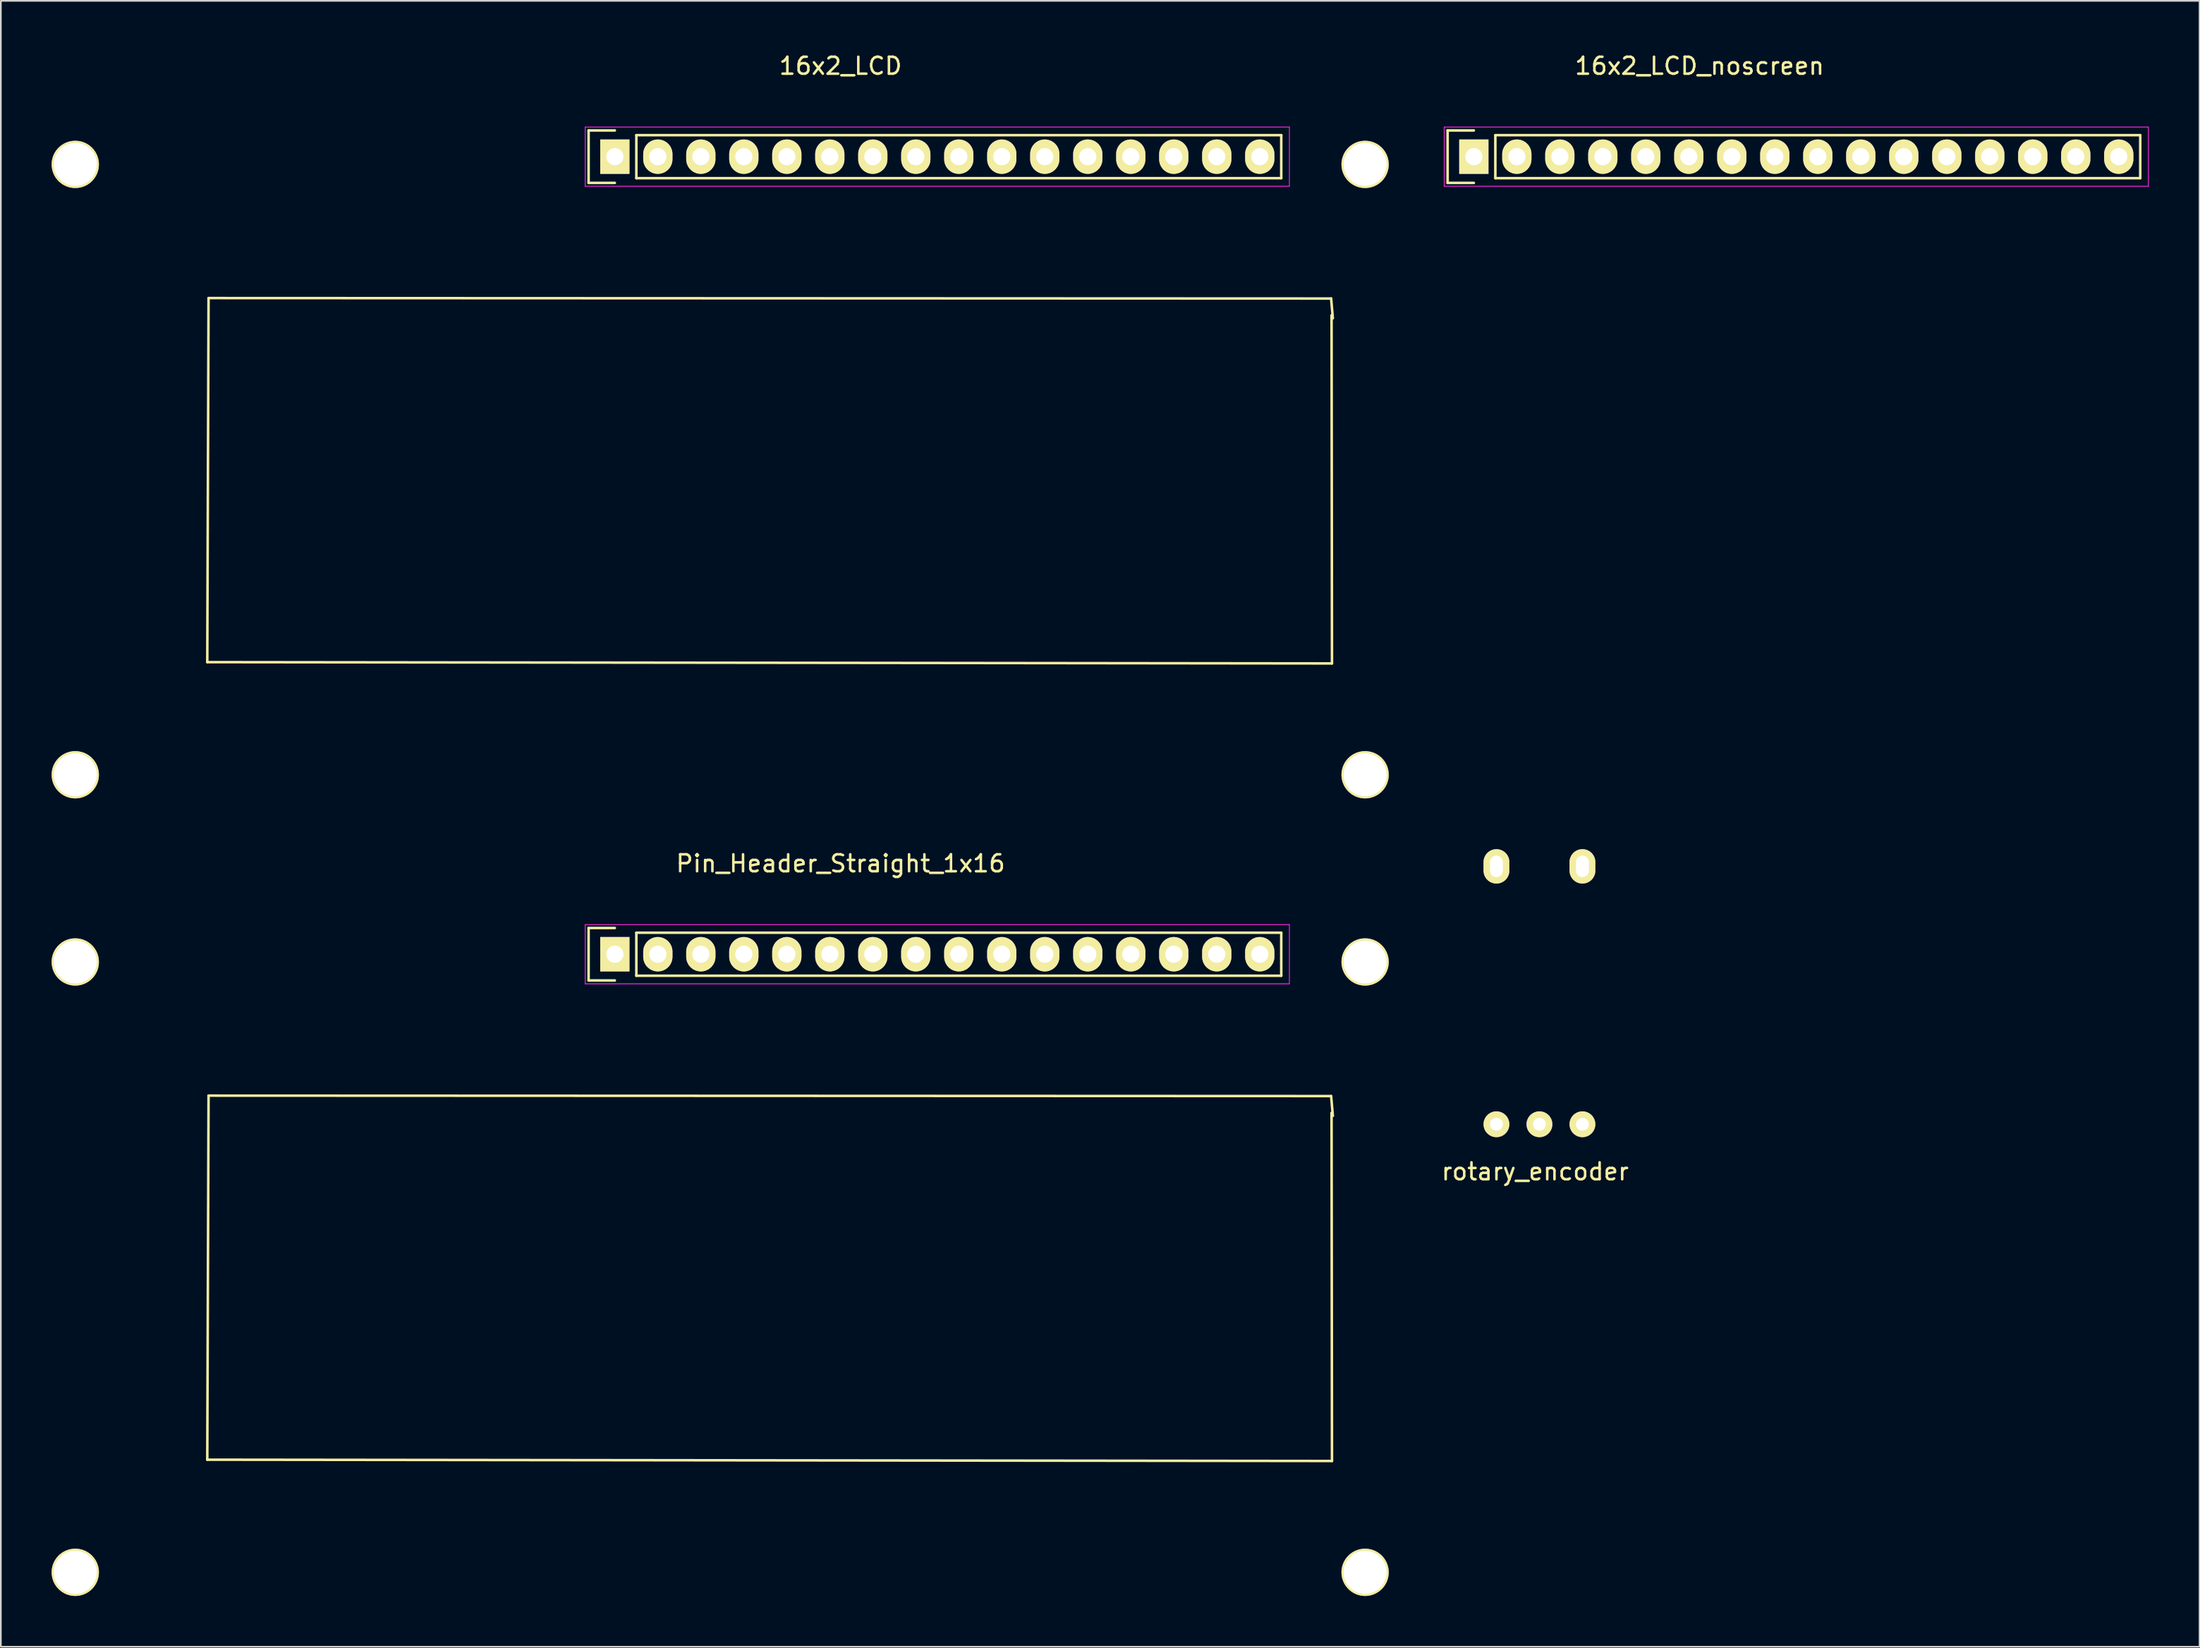
<source format=kicad_pcb>
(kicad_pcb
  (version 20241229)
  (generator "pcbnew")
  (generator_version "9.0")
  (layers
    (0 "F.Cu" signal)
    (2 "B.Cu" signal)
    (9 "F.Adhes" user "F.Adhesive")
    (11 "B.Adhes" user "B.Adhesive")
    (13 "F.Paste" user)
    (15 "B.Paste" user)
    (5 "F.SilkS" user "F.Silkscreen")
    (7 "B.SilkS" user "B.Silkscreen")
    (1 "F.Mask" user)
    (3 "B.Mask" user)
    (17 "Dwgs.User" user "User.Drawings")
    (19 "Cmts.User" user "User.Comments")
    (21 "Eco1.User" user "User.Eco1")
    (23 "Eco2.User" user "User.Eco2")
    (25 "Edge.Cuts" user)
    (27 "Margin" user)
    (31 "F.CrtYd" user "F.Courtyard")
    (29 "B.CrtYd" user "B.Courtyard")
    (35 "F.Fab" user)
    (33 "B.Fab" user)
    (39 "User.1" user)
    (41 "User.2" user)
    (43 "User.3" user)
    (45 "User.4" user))
  (footprint "rotary_encoder"
    (layer "F.Cu")
    (at 85.357 48.146)
    (property "Reference" "rotary_encoder" (at 2.286 18.034 0) (layer "F.SilkS") (effects (font (size 1 1) (thickness 0.15))))
    (attr through_hole)
    (pad "1" thru_hole circle (at 0 15.24) (size 1.524 1.524) (drill 0.762) (layers "*.Cu" "*.Mask" "F.SilkS"))
    (pad "2" thru_hole circle (at 2.54 15.24) (size 1.524 1.524) (drill 0.762) (layers "*.Cu" "*.Mask" "F.SilkS"))
    (pad "3" thru_hole circle (at 5.08 15.24) (size 1.524 1.524) (drill 0.762) (layers "*.Cu" "*.Mask" "F.SilkS"))
    (pad "4" thru_hole oval (at 0 0) (size 1.524 2.032) (drill oval 0.762 1.27) (layers "*.Cu" "*.Mask" "F.SilkS"))
    (pad "5" thru_hole oval (at 5.08 0) (size 1.524 2.032) (drill oval 0.762 1.27) (layers "*.Cu" "*.Mask" "F.SilkS")))
  (footprint "16x2_LCD_noscreen"
    (layer "F.Cu")
    (at 82.244 7.935)
    (property "Reference" "16x2_LCD_noscreen" (at 15.113 -7.087 0) (layer "F.SilkS") (effects (font (size 1 1) (thickness 0.15))))
    (attr through_hole)
    (fp_line (start 0.228 -3.277) (end 1.778 -3.277) (stroke (width 0.15) (type solid)) (layer "F.SilkS"))
    (fp_line (start 0.228 -0.177) (end 0.228 -3.277) (stroke (width 0.15) (type solid)) (layer "F.SilkS"))
    (fp_line (start 1.778 -0.177) (end 0.228 -0.177) (stroke (width 0.15) (type solid)) (layer "F.SilkS"))
    (fp_line (start 3.048 -2.997) (end 3.048 -0.457) (stroke (width 0.15) (type solid)) (layer "F.SilkS"))
    (fp_line (start 3.048 -0.457) (end 41.148 -0.457) (stroke (width 0.15) (type solid)) (layer "F.SilkS"))
    (fp_line (start 41.148 -2.997) (end 3.048 -2.997) (stroke (width 0.15) (type solid)) (layer "F.SilkS"))
    (fp_line (start 41.148 -0.457) (end 41.148 -2.997) (stroke (width 0.15) (type solid)) (layer "F.SilkS"))
    (fp_line (start 0.028 -3.477) (end 41.628 -3.477) (stroke (width 0.05) (type solid)) (layer "F.CrtYd"))
    (fp_line (start 0.028 0.023) (end 0.028 -3.477) (stroke (width 0.05) (type solid)) (layer "F.CrtYd"))
    (fp_line (start 0.028 0.023) (end 41.628 0.023) (stroke (width 0.05) (type solid)) (layer "F.CrtYd"))
    (fp_line (start 41.628 0.023) (end 41.628 -3.477) (stroke (width 0.05) (type solid)) (layer "F.CrtYd"))
    (pad "1" thru_hole rect (at 1.778 -1.727 90) (size 2.032 1.727) (drill 1.016) (layers "*.Cu" "*.Mask" "F.SilkS"))
    (pad "2" thru_hole oval (at 4.318 -1.727 90) (size 2.032 1.727) (drill 1.016) (layers "*.Cu" "*.Mask" "F.SilkS"))
    (pad "3" thru_hole oval (at 6.858 -1.727 90) (size 2.032 1.727) (drill 1.016) (layers "*.Cu" "*.Mask" "F.SilkS"))
    (pad "4" thru_hole oval (at 9.398 -1.727 90) (size 2.032 1.727) (drill 1.016) (layers "*.Cu" "*.Mask" "F.SilkS"))
    (pad "5" thru_hole oval (at 11.938 -1.727 90) (size 2.032 1.727) (drill 1.016) (layers "*.Cu" "*.Mask" "F.SilkS"))
    (pad "6" thru_hole oval (at 14.478 -1.727 90) (size 2.032 1.727) (drill 1.016) (layers "*.Cu" "*.Mask" "F.SilkS"))
    (pad "7" thru_hole oval (at 17.018 -1.727 90) (size 2.032 1.727) (drill 1.016) (layers "*.Cu" "*.Mask" "F.SilkS"))
    (pad "8" thru_hole oval (at 19.558 -1.727 90) (size 2.032 1.727) (drill 1.016) (layers "*.Cu" "*.Mask" "F.SilkS"))
    (pad "9" thru_hole oval (at 22.098 -1.727 90) (size 2.032 1.727) (drill 1.016) (layers "*.Cu" "*.Mask" "F.SilkS"))
    (pad "10" thru_hole oval (at 24.638 -1.727 90) (size 2.032 1.727) (drill 1.016) (layers "*.Cu" "*.Mask" "F.SilkS"))
    (pad "11" thru_hole oval (at 27.178 -1.727 90) (size 2.032 1.727) (drill 1.016) (layers "*.Cu" "*.Mask" "F.SilkS"))
    (pad "12" thru_hole oval (at 29.718 -1.727 90) (size 2.032 1.727) (drill 1.016) (layers "*.Cu" "*.Mask" "F.SilkS"))
    (pad "13" thru_hole oval (at 32.258 -1.727 90) (size 2.032 1.727) (drill 1.016) (layers "*.Cu" "*.Mask" "F.SilkS"))
    (pad "14" thru_hole oval (at 34.798 -1.727 90) (size 2.032 1.727) (drill 1.016) (layers "*.Cu" "*.Mask" "F.SilkS"))
    (pad "15" thru_hole oval (at 37.338 -1.727 90) (size 2.032 1.727) (drill 1.016) (layers "*.Cu" "*.Mask" "F.SilkS"))
    (pad "16" thru_hole oval (at 39.878 -1.727 90) (size 2.032 1.727) (drill 1.016) (layers "*.Cu" "*.Mask" "F.SilkS")))
  (footprint "Pin_Header_Straight_1x16"
    (layer "F.Cu")
    (at 1.397 53.795)
    (property "Reference" "Pin_Header_Straight_1x16" (at 45.212 -5.817 0) (layer "F.SilkS") (effects (font (size 1 1) (thickness 0.15))))
    (attr through_hole)
    (fp_line (start 7.798 29.413) (end 7.874 7.899) (stroke (width 0.15) (type solid)) (layer "F.SilkS"))
    (fp_line (start 7.874 7.899) (end 74.193 7.925) (stroke (width 0.15) (type solid)) (layer "F.SilkS"))
    (fp_line (start 30.327 -2.007) (end 31.877 -2.007) (stroke (width 0.15) (type solid)) (layer "F.SilkS"))
    (fp_line (start 30.327 1.093) (end 30.327 -2.007) (stroke (width 0.15) (type solid)) (layer "F.SilkS"))
    (fp_line (start 31.877 1.093) (end 30.327 1.093) (stroke (width 0.15) (type solid)) (layer "F.SilkS"))
    (fp_line (start 33.147 -1.727) (end 33.147 0.813) (stroke (width 0.15) (type solid)) (layer "F.SilkS"))
    (fp_line (start 33.147 0.813) (end 71.247 0.813) (stroke (width 0.15) (type solid)) (layer "F.SilkS"))
    (fp_line (start 71.247 -1.727) (end 33.147 -1.727) (stroke (width 0.15) (type solid)) (layer "F.SilkS"))
    (fp_line (start 71.247 0.813) (end 71.247 -1.727) (stroke (width 0.15) (type solid)) (layer "F.SilkS"))
    (fp_line (start 74.193 7.925) (end 74.295 9.093) (stroke (width 0.15) (type solid)) (layer "F.SilkS"))
    (fp_line (start 74.219 8.915) (end 74.244 29.489) (stroke (width 0.15) (type solid)) (layer "F.SilkS"))
    (fp_line (start 74.244 29.489) (end 7.798 29.413) (stroke (width 0.15) (type solid)) (layer "F.SilkS"))
    (fp_line (start 30.127 -2.207) (end 71.727 -2.207) (stroke (width 0.05) (type solid)) (layer "F.CrtYd"))
    (fp_line (start 30.127 1.293) (end 30.127 -2.207) (stroke (width 0.05) (type solid)) (layer "F.CrtYd"))
    (fp_line (start 30.127 1.293) (end 71.727 1.293) (stroke (width 0.05) (type solid)) (layer "F.CrtYd"))
    (fp_line (start 71.727 1.293) (end 71.727 -2.207) (stroke (width 0.05) (type solid)) (layer "F.CrtYd"))
    (pad "" np_thru_hole circle (at 0 0) (size 2.794 2.794) (drill 2.54) (layers "*.Cu" "*.Mask" "F.SilkS"))
    (pad "" np_thru_hole circle (at 0 36.068) (size 2.794 2.794) (drill 2.54) (layers "*.Cu" "*.Mask" "F.SilkS"))
    (pad "" np_thru_hole circle (at 76.2 0) (size 2.794 2.794) (drill 2.54) (layers "*.Cu" "*.Mask" "F.SilkS"))
    (pad "" np_thru_hole circle (at 76.2 36.068) (size 2.794 2.794) (drill 2.54) (layers "*.Cu" "*.Mask" "F.SilkS"))
    (pad "1" thru_hole rect (at 31.877 -0.457 90) (size 2.032 1.727) (drill 1.016) (layers "*.Cu" "*.Mask" "F.SilkS"))
    (pad "2" thru_hole oval (at 34.417 -0.457 90) (size 2.032 1.727) (drill 1.016) (layers "*.Cu" "*.Mask" "F.SilkS"))
    (pad "3" thru_hole oval (at 36.957 -0.457 90) (size 2.032 1.727) (drill 1.016) (layers "*.Cu" "*.Mask" "F.SilkS"))
    (pad "4" thru_hole oval (at 39.497 -0.457 90) (size 2.032 1.727) (drill 1.016) (layers "*.Cu" "*.Mask" "F.SilkS"))
    (pad "5" thru_hole oval (at 42.037 -0.457 90) (size 2.032 1.727) (drill 1.016) (layers "*.Cu" "*.Mask" "F.SilkS"))
    (pad "6" thru_hole oval (at 44.577 -0.457 90) (size 2.032 1.727) (drill 1.016) (layers "*.Cu" "*.Mask" "F.SilkS"))
    (pad "7" thru_hole oval (at 47.117 -0.457 90) (size 2.032 1.727) (drill 1.016) (layers "*.Cu" "*.Mask" "F.SilkS"))
    (pad "8" thru_hole oval (at 49.657 -0.457 90) (size 2.032 1.727) (drill 1.016) (layers "*.Cu" "*.Mask" "F.SilkS"))
    (pad "9" thru_hole oval (at 52.197 -0.457 90) (size 2.032 1.727) (drill 1.016) (layers "*.Cu" "*.Mask" "F.SilkS"))
    (pad "10" thru_hole oval (at 54.737 -0.457 90) (size 2.032 1.727) (drill 1.016) (layers "*.Cu" "*.Mask" "F.SilkS"))
    (pad "11" thru_hole oval (at 57.277 -0.457 90) (size 2.032 1.727) (drill 1.016) (layers "*.Cu" "*.Mask" "F.SilkS"))
    (pad "12" thru_hole oval (at 59.817 -0.457 90) (size 2.032 1.727) (drill 1.016) (layers "*.Cu" "*.Mask" "F.SilkS"))
    (pad "13" thru_hole oval (at 62.357 -0.457 90) (size 2.032 1.727) (drill 1.016) (layers "*.Cu" "*.Mask" "F.SilkS"))
    (pad "14" thru_hole oval (at 64.897 -0.457 90) (size 2.032 1.727) (drill 1.016) (layers "*.Cu" "*.Mask" "F.SilkS"))
    (pad "15" thru_hole oval (at 67.437 -0.457 90) (size 2.032 1.727) (drill 1.016) (layers "*.Cu" "*.Mask" "F.SilkS"))
    (pad "16" thru_hole oval (at 69.977 -0.457 90) (size 2.032 1.727) (drill 1.016) (layers "*.Cu" "*.Mask" "F.SilkS")))
  (footprint "16x2_LCD"
    (layer "F.Cu")
    (at 1.397 6.665)
    (property "Reference" "16x2_LCD" (at 45.212 -5.817 0) (layer "F.SilkS") (effects (font (size 1 1) (thickness 0.15))))
    (attr through_hole)
    (fp_line (start 7.798 29.413) (end 7.874 7.899) (stroke (width 0.15) (type solid)) (layer "F.SilkS"))
    (fp_line (start 7.874 7.899) (end 74.193 7.925) (stroke (width 0.15) (type solid)) (layer "F.SilkS"))
    (fp_line (start 30.327 -2.007) (end 31.877 -2.007) (stroke (width 0.15) (type solid)) (layer "F.SilkS"))
    (fp_line (start 30.327 1.093) (end 30.327 -2.007) (stroke (width 0.15) (type solid)) (layer "F.SilkS"))
    (fp_line (start 31.877 1.093) (end 30.327 1.093) (stroke (width 0.15) (type solid)) (layer "F.SilkS"))
    (fp_line (start 33.147 -1.727) (end 33.147 0.813) (stroke (width 0.15) (type solid)) (layer "F.SilkS"))
    (fp_line (start 33.147 0.813) (end 71.247 0.813) (stroke (width 0.15) (type solid)) (layer "F.SilkS"))
    (fp_line (start 71.247 -1.727) (end 33.147 -1.727) (stroke (width 0.15) (type solid)) (layer "F.SilkS"))
    (fp_line (start 71.247 0.813) (end 71.247 -1.727) (stroke (width 0.15) (type solid)) (layer "F.SilkS"))
    (fp_line (start 74.193 7.925) (end 74.295 9.093) (stroke (width 0.15) (type solid)) (layer "F.SilkS"))
    (fp_line (start 74.219 8.915) (end 74.244 29.489) (stroke (width 0.15) (type solid)) (layer "F.SilkS"))
    (fp_line (start 74.244 29.489) (end 7.798 29.413) (stroke (width 0.15) (type solid)) (layer "F.SilkS"))
    (fp_line (start 30.127 -2.207) (end 71.727 -2.207) (stroke (width 0.05) (type solid)) (layer "F.CrtYd"))
    (fp_line (start 30.127 1.293) (end 30.127 -2.207) (stroke (width 0.05) (type solid)) (layer "F.CrtYd"))
    (fp_line (start 30.127 1.293) (end 71.727 1.293) (stroke (width 0.05) (type solid)) (layer "F.CrtYd"))
    (fp_line (start 71.727 1.293) (end 71.727 -2.207) (stroke (width 0.05) (type solid)) (layer "F.CrtYd"))
    (pad "" np_thru_hole circle (at 0 0) (size 2.794 2.794) (drill 2.54) (layers "*.Cu" "*.Mask" "F.SilkS"))
    (pad "" np_thru_hole circle (at 0 36.068) (size 2.794 2.794) (drill 2.54) (layers "*.Cu" "*.Mask" "F.SilkS"))
    (pad "" np_thru_hole circle (at 76.2 0) (size 2.794 2.794) (drill 2.54) (layers "*.Cu" "*.Mask" "F.SilkS"))
    (pad "" np_thru_hole circle (at 76.2 36.068) (size 2.794 2.794) (drill 2.54) (layers "*.Cu" "*.Mask" "F.SilkS"))
    (pad "1" thru_hole rect (at 31.877 -0.457 90) (size 2.032 1.727) (drill 1.016) (layers "*.Cu" "*.Mask" "F.SilkS"))
    (pad "2" thru_hole oval (at 34.417 -0.457 90) (size 2.032 1.727) (drill 1.016) (layers "*.Cu" "*.Mask" "F.SilkS"))
    (pad "3" thru_hole oval (at 36.957 -0.457 90) (size 2.032 1.727) (drill 1.016) (layers "*.Cu" "*.Mask" "F.SilkS"))
    (pad "4" thru_hole oval (at 39.497 -0.457 90) (size 2.032 1.727) (drill 1.016) (layers "*.Cu" "*.Mask" "F.SilkS"))
    (pad "5" thru_hole oval (at 42.037 -0.457 90) (size 2.032 1.727) (drill 1.016) (layers "*.Cu" "*.Mask" "F.SilkS"))
    (pad "6" thru_hole oval (at 44.577 -0.457 90) (size 2.032 1.727) (drill 1.016) (layers "*.Cu" "*.Mask" "F.SilkS"))
    (pad "7" thru_hole oval (at 47.117 -0.457 90) (size 2.032 1.727) (drill 1.016) (layers "*.Cu" "*.Mask" "F.SilkS"))
    (pad "8" thru_hole oval (at 49.657 -0.457 90) (size 2.032 1.727) (drill 1.016) (layers "*.Cu" "*.Mask" "F.SilkS"))
    (pad "9" thru_hole oval (at 52.197 -0.457 90) (size 2.032 1.727) (drill 1.016) (layers "*.Cu" "*.Mask" "F.SilkS"))
    (pad "10" thru_hole oval (at 54.737 -0.457 90) (size 2.032 1.727) (drill 1.016) (layers "*.Cu" "*.Mask" "F.SilkS"))
    (pad "11" thru_hole oval (at 57.277 -0.457 90) (size 2.032 1.727) (drill 1.016) (layers "*.Cu" "*.Mask" "F.SilkS"))
    (pad "12" thru_hole oval (at 59.817 -0.457 90) (size 2.032 1.727) (drill 1.016) (layers "*.Cu" "*.Mask" "F.SilkS"))
    (pad "13" thru_hole oval (at 62.357 -0.457 90) (size 2.032 1.727) (drill 1.016) (layers "*.Cu" "*.Mask" "F.SilkS"))
    (pad "14" thru_hole oval (at 64.897 -0.457 90) (size 2.032 1.727) (drill 1.016) (layers "*.Cu" "*.Mask" "F.SilkS"))
    (pad "15" thru_hole oval (at 67.437 -0.457 90) (size 2.032 1.727) (drill 1.016) (layers "*.Cu" "*.Mask" "F.SilkS"))
    (pad "16" thru_hole oval (at 69.977 -0.457 90) (size 2.032 1.727) (drill 1.016) (layers "*.Cu" "*.Mask" "F.SilkS")))
  (gr_rect
    (start -3 -3)
    (end 126.897 94.26)
    (stroke (width 0.1) (type default))
    (fill no)
    (layer "Edge.Cuts")))
</source>
